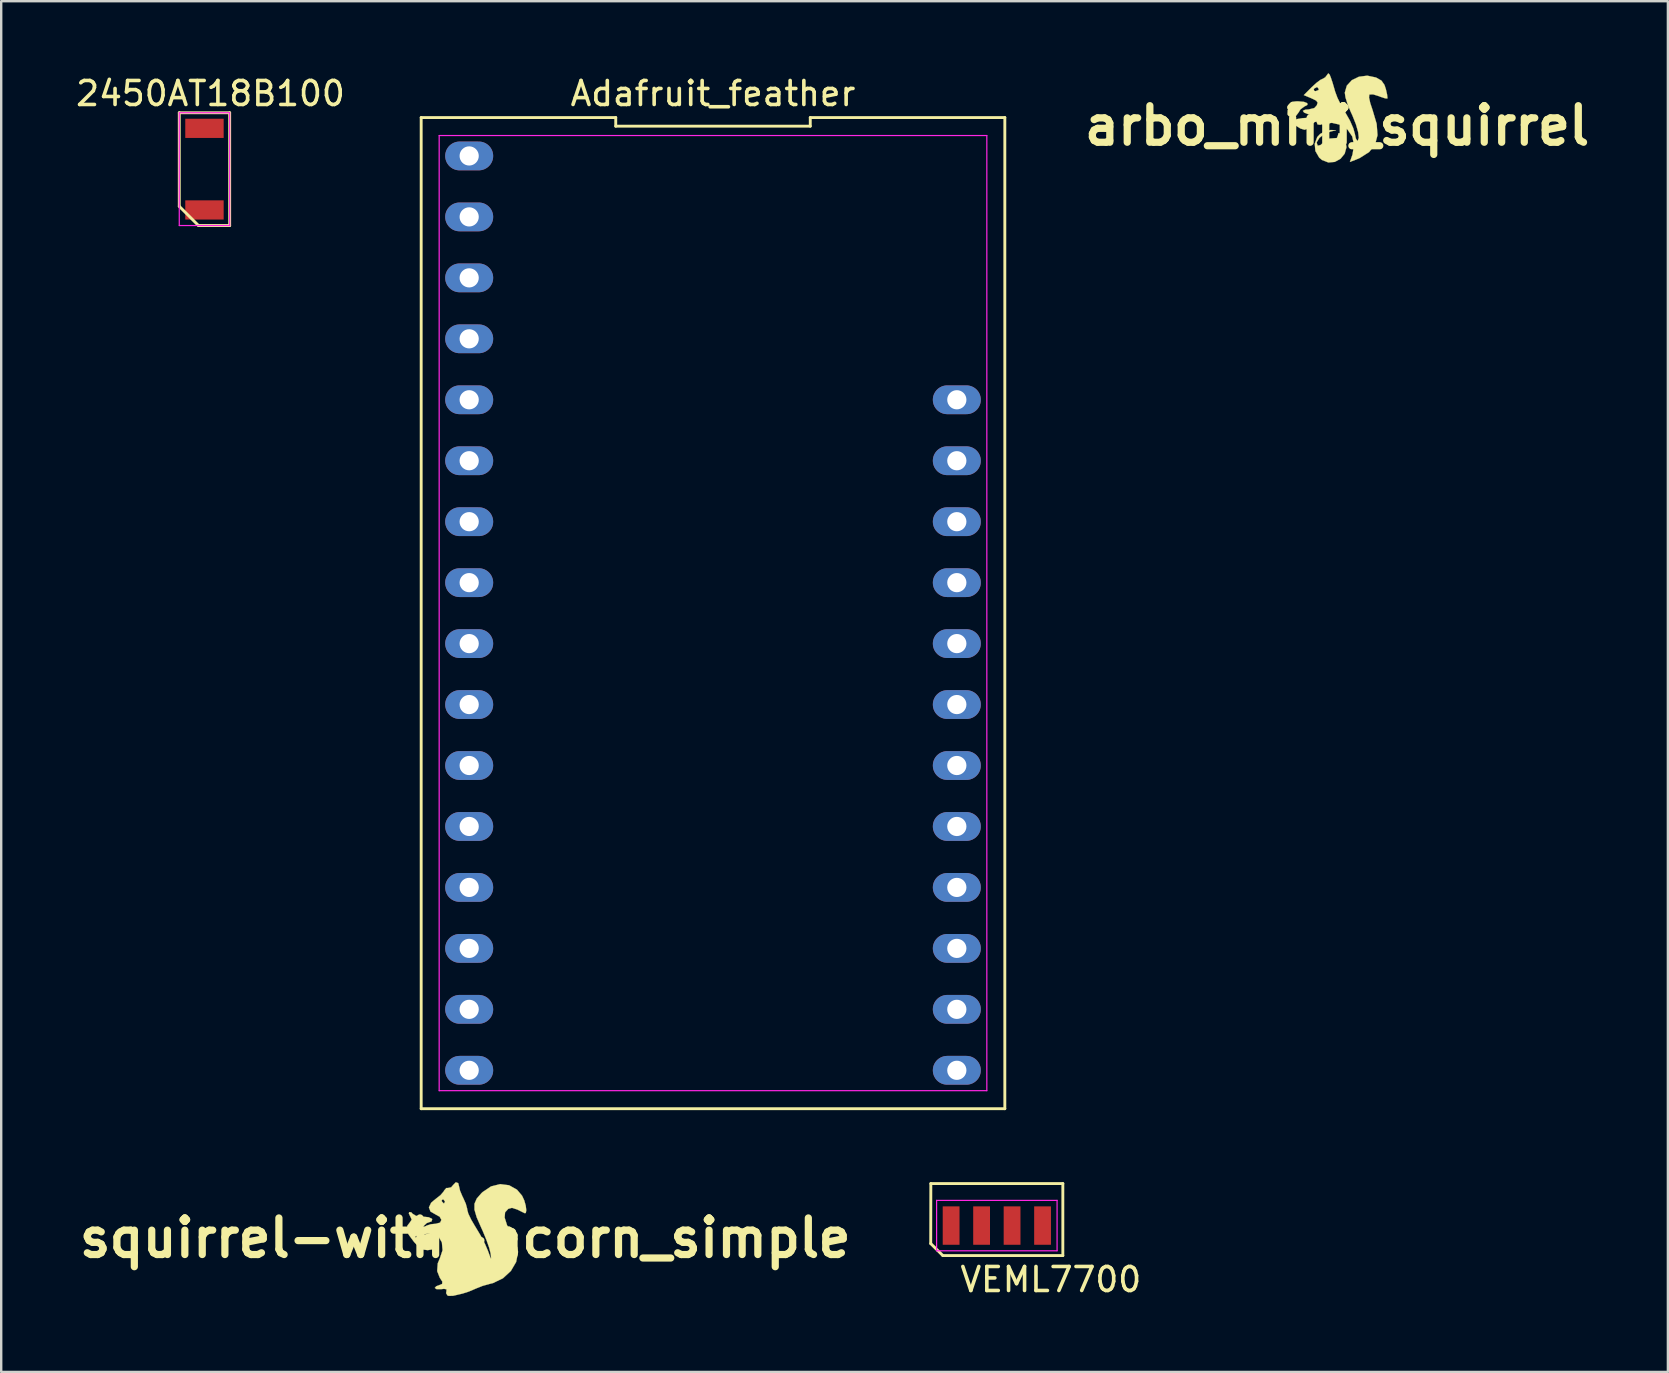
<source format=kicad_pcb>
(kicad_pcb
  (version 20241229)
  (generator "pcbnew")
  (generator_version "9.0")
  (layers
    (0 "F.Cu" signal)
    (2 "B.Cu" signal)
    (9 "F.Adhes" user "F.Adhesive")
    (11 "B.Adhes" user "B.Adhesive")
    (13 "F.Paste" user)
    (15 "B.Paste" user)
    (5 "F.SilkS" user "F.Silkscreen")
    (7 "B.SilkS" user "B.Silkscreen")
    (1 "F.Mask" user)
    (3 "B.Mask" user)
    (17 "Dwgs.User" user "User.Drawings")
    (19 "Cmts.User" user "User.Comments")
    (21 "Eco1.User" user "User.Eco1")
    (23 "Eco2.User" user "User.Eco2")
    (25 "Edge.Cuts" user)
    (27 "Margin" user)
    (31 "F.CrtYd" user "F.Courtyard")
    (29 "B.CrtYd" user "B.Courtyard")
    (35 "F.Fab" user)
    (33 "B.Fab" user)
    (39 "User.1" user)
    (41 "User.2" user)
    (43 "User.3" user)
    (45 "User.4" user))
  (footprint "2450AT18B100"
    (layer "F.Cu")
    (at 5.47 3.998)
    (property "Reference" "2450AT18B100" (at 0.25 -3.15 180) (layer "F.SilkS") (effects (font (size 1 1) (thickness 0.15))))
    (attr smd)
    (fp_line (start -1.05 -2.35) (end 1.05 -2.35) (stroke (width 0.12) (type solid)) (layer "F.SilkS"))
    (fp_line (start -1.05 1.55) (end -1.05 -2.35) (stroke (width 0.12) (type solid)) (layer "F.SilkS"))
    (fp_line (start -0.25 2.35) (end -1.05 1.55) (stroke (width 0.12) (type solid)) (layer "F.SilkS"))
    (fp_line (start 1.05 -2.35) (end 1.05 2.35) (stroke (width 0.12) (type solid)) (layer "F.SilkS"))
    (fp_line (start 1.05 2.35) (end -0.25 2.35) (stroke (width 0.12) (type solid)) (layer "F.SilkS"))
    (fp_line (start -1.05 -2.35) (end 1.05 -2.35) (stroke (width 0.05) (type solid)) (layer "F.CrtYd"))
    (fp_line (start -1.05 2.35) (end -1.05 -2.35) (stroke (width 0.05) (type solid)) (layer "F.CrtYd"))
    (fp_line (start 1.05 -2.35) (end 1.05 2.35) (stroke (width 0.05) (type solid)) (layer "F.CrtYd"))
    (fp_line (start 1.05 2.35) (end -1.05 2.35) (stroke (width 0.05) (type solid)) (layer "F.CrtYd"))
    (pad "1" smd rect (at 0 1.7) (size 1.6 0.8) (layers "F.Cu" "F.Mask" "F.Paste"))
    (pad "2" smd rect (at 0 -1.7) (size 1.6 0.8) (layers "F.Cu" "F.Mask" "F.Paste")))
  (footprint "squirrel-with-acorn_simple"
    (layer "F.Cu")
    (at 16.336 48.535)
    (property "Reference" "squirrel-with-acorn_simple" (at 0 0 0) (layer "F.SilkS") (effects (font (size 1.524 1.524) (thickness 0.3))))
    (attr through_hole)
    (fp_poly (pts (xy -2.25 -1.071) (xy -2.2 -1.014) (xy -2.054 -0.924) (xy -1.785 -0.889) (xy -1.768 -0.889) (xy -1.525 -0.865) (xy -1.388 -0.802) (xy -1.377 -0.783) (xy -1.404 -0.688) (xy -1.447 -0.677) (xy -1.605 -0.62) (xy -1.747 -0.487) (xy -1.814 -0.341) (xy -1.808 -0.296) (xy -1.843 -0.186) (xy -1.948 -0.127) (xy -2.073 -0.067) (xy -2.089 -0.028) (xy -1.994 -0.034) (xy -1.819 -0.105) (xy -1.807 -0.111) (xy -1.542 -0.185) (xy -1.317 -0.145) (xy -1.169 -0.015) (xy -1.131 0.181) (xy -1.182 0.332) (xy -1.326 0.469) (xy -1.564 0.508) (xy -1.758 0.483) (xy -1.926 0.384) (xy -2.121 0.179) (xy -2.153 0.139) (xy -2.36 -0.142) (xy -2.442 -0.35) (xy -2.409 -0.519) (xy -2.32 -0.631) (xy -2.232 -0.762) (xy -2.283 -0.885) (xy -2.29 -0.893) (xy -2.351 -1.023) (xy -2.336 -1.079) (xy -2.25 -1.071)) (stroke (width 0.01) (type solid)) (fill yes) (layer "F.SilkS"))
    (fp_poly (pts (xy -0.292 -2.285) (xy -0.254 -2.132) (xy -0.216 -1.968) (xy -0.12 -1.74) (xy -0.085 -1.671) (xy 0.024 -1.426) (xy 0.082 -1.211) (xy 0.085 -1.17) (xy 0.129 -1.012) (xy 0.247 -0.765) (xy 0.414 -0.48) (xy 0.437 -0.444) (xy 0.64 -0.106) (xy 0.825 0.252) (xy 0.946 0.535) (xy 1.034 0.777) (xy 1.075 0.867) (xy 1.078 0.814) (xy 1.055 0.635) (xy 0.997 0.406) (xy 0.883 0.082) (xy 0.733 -0.282) (xy 0.662 -0.438) (xy 0.477 -0.861) (xy 0.384 -1.179) (xy 0.385 -1.427) (xy 0.479 -1.642) (xy 0.67 -1.862) (xy 0.721 -1.911) (xy 1.075 -2.149) (xy 1.455 -2.244) (xy 1.827 -2.197) (xy 2.156 -2.013) (xy 2.368 -1.762) (xy 2.46 -1.565) (xy 2.521 -1.347) (xy 2.544 -1.156) (xy 2.523 -1.041) (xy 2.477 -1.033) (xy 2.362 -1.09) (xy 2.174 -1.183) (xy 2.174 -1.183) (xy 1.949 -1.256) (xy 1.793 -1.214) (xy 1.66 -1.068) (xy 1.642 -0.851) (xy 1.738 -0.546) (xy 1.899 -0.227) (xy 2.057 0.093) (xy 2.165 0.388) (xy 2.201 0.583) (xy 2.122 0.998) (xy 1.902 1.374) (xy 1.572 1.679) (xy 1.161 1.878) (xy 1.006 1.917) (xy 0.727 1.995) (xy 0.439 2.109) (xy 0.423 2.117) (xy 0.152 2.232) (xy -0.108 2.316) (xy -0.127 2.32) (xy -0.352 2.373) (xy -0.508 2.409) (xy -0.687 2.413) (xy -0.736 2.4) (xy -0.798 2.301) (xy -0.786 2.227) (xy -0.781 2.139) (xy -0.886 2.119) (xy -1.002 2.133) (xy -1.195 2.133) (xy -1.269 2.081) (xy -1.206 2.01) (xy -1.101 1.972) (xy -0.963 1.914) (xy -0.955 1.819) (xy -1.061 1.656) (xy -1.17 1.381) (xy -1.146 1.057) (xy -1.058 0.847) (xy -0.945 0.509) (xy -0.974 0.183) (xy -1.133 -0.09) (xy -1.409 -0.27) (xy -1.41 -0.27) (xy -1.597 -0.353) (xy -1.691 -0.423) (xy -1.693 -0.431) (xy -1.618 -0.513) (xy -1.432 -0.573) (xy -1.227 -0.593) (xy -1.047 -0.641) (xy -0.994 -0.755) (xy -1.066 -0.886) (xy -1.226 -0.974) (xy -1.448 -1.102) (xy -1.514 -1.273) (xy -1.422 -1.467) (xy -1.315 -1.557) (xy -0.987 -1.557) (xy -0.974 -1.524) (xy -0.898 -1.443) (xy -0.884 -1.439) (xy -0.848 -1.505) (xy -0.847 -1.524) (xy -0.912 -1.605) (xy -0.936 -1.609) (xy -0.987 -1.557) (xy -1.315 -1.557) (xy -1.233 -1.626) (xy -1.032 -1.784) (xy -0.899 -1.938) (xy -0.882 -1.975) (xy -0.789 -2.083) (xy -0.713 -2.084) (xy -0.586 -2.112) (xy -0.505 -2.207) (xy -0.392 -2.322) (xy -0.292 -2.285)) (stroke (width 0.01) (type solid)) (fill yes) (layer "F.SilkS")))
  (footprint "Adafruit_feather"
    (layer "F.Cu")
    (at 26.66 22.748)
    (property "Reference" "Adafruit_feather" (at 0 -21.9 0) (layer "F.SilkS") (effects (font (size 1 1) (thickness 0.15))))
    (attr through_hole)
    (fp_line (start -12.16 20.4) (end 12.16 20.4) (stroke (width 0.12) (type solid)) (layer "F.SilkS"))
    (fp_line (start -12.16 -20.9) (end -12.16 20.4) (stroke (width 0.12) (type solid)) (layer "F.SilkS"))
    (fp_line (start -4.053 -20.9) (end -12.16 -20.9) (stroke (width 0.12) (type solid)) (layer "F.SilkS"))
    (fp_line (start -4.053 -20.54) (end -4.053 -20.9) (stroke (width 0.12) (type solid)) (layer "F.SilkS"))
    (fp_line (start 4.053 -20.9) (end 4.053 -20.54) (stroke (width 0.12) (type solid)) (layer "F.SilkS"))
    (fp_line (start 4.053 -20.54) (end -4.053 -20.54) (stroke (width 0.12) (type solid)) (layer "F.SilkS"))
    (fp_line (start 12.16 20.4) (end 12.16 -20.9) (stroke (width 0.12) (type solid)) (layer "F.SilkS"))
    (fp_line (start 12.16 -20.9) (end 4.053 -20.9) (stroke (width 0.12) (type solid)) (layer "F.SilkS"))
    (fp_line (start -11.41 -20.15) (end 11.41 -20.15) (stroke (width 0.05) (type solid)) (layer "F.CrtYd"))
    (fp_line (start -11.41 19.65) (end -11.41 -20.15) (stroke (width 0.05) (type solid)) (layer "F.CrtYd"))
    (fp_line (start 11.41 -20.15) (end 11.41 19.65) (stroke (width 0.05) (type solid)) (layer "F.CrtYd"))
    (fp_line (start 11.41 19.65) (end -11.41 19.65) (stroke (width 0.05) (type solid)) (layer "F.CrtYd"))
    (pad "1" thru_hole oval (at -10.16 -19.3 270) (size 1.2 2) (drill 0.8) (layers "*.Cu" "*.Mask"))
    (pad "2" thru_hole oval (at -10.16 -16.76 270) (size 1.2 2) (drill 0.8) (layers "*.Cu" "*.Mask"))
    (pad "3" thru_hole oval (at -10.16 -14.22 270) (size 1.2 2) (drill 0.8) (layers "*.Cu" "*.Mask"))
    (pad "4" thru_hole oval (at -10.16 -11.68 270) (size 1.2 2) (drill 0.8) (layers "*.Cu" "*.Mask"))
    (pad "5" thru_hole oval (at -10.16 -9.14 270) (size 1.2 2) (drill 0.8) (layers "*.Cu" "*.Mask"))
    (pad "6" thru_hole oval (at -10.16 -6.6 270) (size 1.2 2) (drill 0.8) (layers "*.Cu" "*.Mask"))
    (pad "7" thru_hole oval (at -10.16 -4.06 270) (size 1.2 2) (drill 0.8) (layers "*.Cu" "*.Mask"))
    (pad "8" thru_hole oval (at -10.16 -1.52 270) (size 1.2 2) (drill 0.8) (layers "*.Cu" "*.Mask"))
    (pad "9" thru_hole oval (at -10.16 1.02 270) (size 1.2 2) (drill 0.8) (layers "*.Cu" "*.Mask"))
    (pad "10" thru_hole oval (at -10.16 3.56 270) (size 1.2 2) (drill 0.8) (layers "*.Cu" "*.Mask"))
    (pad "11" thru_hole oval (at -10.16 6.1 270) (size 1.2 2) (drill 0.8) (layers "*.Cu" "*.Mask"))
    (pad "12" thru_hole oval (at -10.16 8.64 270) (size 1.2 2) (drill 0.8) (layers "*.Cu" "*.Mask"))
    (pad "13" thru_hole oval (at -10.16 11.18 270) (size 1.2 2) (drill 0.8) (layers "*.Cu" "*.Mask"))
    (pad "14" thru_hole oval (at -10.16 13.72 270) (size 1.2 2) (drill 0.8) (layers "*.Cu" "*.Mask"))
    (pad "15" thru_hole oval (at -10.16 16.26 270) (size 1.2 2) (drill 0.8) (layers "*.Cu" "*.Mask"))
    (pad "16" thru_hole oval (at -10.16 18.8 270) (size 1.2 2) (drill 0.8) (layers "*.Cu" "*.Mask"))
    (pad "17" thru_hole oval (at 10.16 18.8 270) (size 1.2 2) (drill 0.8) (layers "*.Cu" "*.Mask"))
    (pad "18" thru_hole oval (at 10.16 16.26 270) (size 1.2 2) (drill 0.8) (layers "*.Cu" "*.Mask"))
    (pad "19" thru_hole oval (at 10.16 13.72 270) (size 1.2 2) (drill 0.8) (layers "*.Cu" "*.Mask"))
    (pad "20" thru_hole oval (at 10.16 11.18 270) (size 1.2 2) (drill 0.8) (layers "*.Cu" "*.Mask"))
    (pad "21" thru_hole oval (at 10.16 8.64 270) (size 1.2 2) (drill 0.8) (layers "*.Cu" "*.Mask"))
    (pad "22" thru_hole oval (at 10.16 6.1 270) (size 1.2 2) (drill 0.8) (layers "*.Cu" "*.Mask"))
    (pad "23" thru_hole oval (at 10.16 3.56 270) (size 1.2 2) (drill 0.8) (layers "*.Cu" "*.Mask"))
    (pad "24" thru_hole oval (at 10.16 1.02 270) (size 1.2 2) (drill 0.8) (layers "*.Cu" "*.Mask"))
    (pad "25" thru_hole oval (at 10.16 -1.52 270) (size 1.2 2) (drill 0.8) (layers "*.Cu" "*.Mask"))
    (pad "26" thru_hole oval (at 10.16 -4.06 270) (size 1.2 2) (drill 0.8) (layers "*.Cu" "*.Mask"))
    (pad "27" thru_hole oval (at 10.16 -6.6 270) (size 1.2 2) (drill 0.8) (layers "*.Cu" "*.Mask"))
    (pad "28" thru_hole oval (at 10.16 -9.14 270) (size 1.2 2) (drill 0.8) (layers "*.Cu" "*.Mask")))
  (footprint "VEML7700"
    (layer "F.Cu")
    (at 38.487 48.018)
    (property "Reference" "VEML7700" (at 2.25 2.25 0) (layer "F.SilkS") (effects (font (size 1 1) (thickness 0.15))))
    (attr smd)
    (fp_line (start -2.755 0.75) (end -2.75 -1.75) (stroke (width 0.12) (type solid)) (layer "F.SilkS"))
    (fp_line (start -2.75 -1.75) (end 2.75 -1.75) (stroke (width 0.12) (type solid)) (layer "F.SilkS"))
    (fp_line (start -2.25 1.25) (end -2.755 0.75) (stroke (width 0.12) (type solid)) (layer "F.SilkS"))
    (fp_line (start 2.75 -1.75) (end 2.75 1.25) (stroke (width 0.12) (type solid)) (layer "F.SilkS"))
    (fp_line (start 2.75 1.25) (end -2.25 1.25) (stroke (width 0.12) (type solid)) (layer "F.SilkS"))
    (fp_line (start -2.51 -1.05) (end 2.51 -1.05) (stroke (width 0.05) (type solid)) (layer "F.CrtYd"))
    (fp_line (start -2.51 1.05) (end -2.51 -1.05) (stroke (width 0.05) (type solid)) (layer "F.CrtYd"))
    (fp_line (start 2.51 -1.05) (end 2.51 1.05) (stroke (width 0.05) (type solid)) (layer "F.CrtYd"))
    (fp_line (start 2.51 1.05) (end -2.51 1.05) (stroke (width 0.05) (type solid)) (layer "F.CrtYd"))
    (pad "1" smd rect (at -1.905 0) (size 0.7 1.6) (layers "F.Cu" "F.Mask" "F.Paste"))
    (pad "2" smd rect (at -0.635 0) (size 0.7 1.6) (layers "F.Cu" "F.Mask" "F.Paste"))
    (pad "3" smd rect (at 0.635 0) (size 0.7 1.6) (layers "F.Cu" "F.Mask" "F.Paste"))
    (pad "4" smd rect (at 1.905 0) (size 0.7 1.6) (layers "F.Cu" "F.Mask" "F.Paste")))
  (footprint "arbo_mini_squirrel"
    (layer "F.Cu")
    (at 52.665 2.188)
    (property "Reference" "arbo_mini_squirrel" (at 0 0 0) (layer "F.SilkS") (effects (font (size 1.524 1.524) (thickness 0.3))))
    (attr through_hole)
    (fp_poly (pts (xy -1.089 -0.284) (xy -1.05 -0.222) (xy -1.057 -0.039) (xy -1.181 0.112) (xy -1.356 0.169) (xy -1.527 0.118) (xy -1.705 0.007) (xy -1.835 -0.124) (xy -1.827 -0.214) (xy -1.67 -0.277) (xy -1.448 -0.314) (xy -1.211 -0.329) (xy -1.089 -0.284)) (stroke (width 0.01) (type solid)) (fill yes) (layer "F.SilkS"))
    (fp_poly (pts (xy -1.381 -0.994) (xy -1.243 -0.94) (xy -1.234 -0.869) (xy -1.358 -0.803) (xy -1.523 -0.685) (xy -1.611 -0.543) (xy -1.731 -0.387) (xy -1.892 -0.342) (xy -2.032 -0.415) (xy -2.067 -0.478) (xy -2.058 -0.646) (xy -1.992 -0.76) (xy -1.912 -0.892) (xy -1.919 -0.959) (xy -1.881 -0.994) (xy -1.718 -1.014) (xy -1.628 -1.016) (xy -1.381 -0.994)) (stroke (width 0.01) (type solid)) (fill yes) (layer "F.SilkS"))
    (fp_poly (pts (xy -0.042 0.189) (xy -0.274 0.243) (xy -0.53 0.346) (xy -0.737 0.507) (xy -0.842 0.68) (xy -0.847 0.719) (xy -0.806 0.834) (xy -0.69 0.805) (xy -0.547 0.673) (xy -0.325 0.537) (xy -0.174 0.525) (xy -0.01 0.513) (xy 0.032 0.412) (xy 0.032 0.409) (xy 0.06 0.306) (xy 0.147 0.323) (xy 0.257 0.439) (xy 0.336 0.586) (xy 0.391 0.894) (xy 0.316 1.166) (xy 0.143 1.378) (xy -0.094 1.508) (xy -0.363 1.532) (xy -0.63 1.429) (xy -0.747 1.328) (xy -0.905 1.055) (xy -0.932 0.752) (xy -0.828 0.474) (xy -0.708 0.345) (xy -0.485 0.223) (xy -0.264 0.179) (xy -0.042 0.189)) (stroke (width 0.01) (type solid)) (fill yes) (layer "F.SilkS"))
    (fp_poly (pts (xy -0.313 -2.134) (xy -0.266 -2.021) (xy -0.19 -1.796) (xy -0.106 -1.51) (xy -0.084 -1.429) (xy 0.014 -1.165) (xy 0.175 -0.837) (xy 0.353 -0.533) (xy 0.538 -0.207) (xy 0.677 0.111) (xy 0.738 0.333) (xy 0.783 0.533) (xy 0.84 0.628) (xy 0.86 0.627) (xy 0.905 0.506) (xy 0.878 0.268) (xy 0.786 -0.055) (xy 0.637 -0.43) (xy 0.57 -0.574) (xy 0.439 -0.887) (xy 0.349 -1.181) (xy 0.321 -1.378) (xy 0.405 -1.67) (xy 0.614 -1.897) (xy 0.911 -2.041) (xy 1.257 -2.085) (xy 1.616 -2.01) (xy 1.632 -2.003) (xy 1.849 -1.88) (xy 1.974 -1.701) (xy 2.033 -1.522) (xy 2.083 -1.299) (xy 2.099 -1.155) (xy 2.093 -1.133) (xy 2.001 -1.141) (xy 1.813 -1.202) (xy 1.738 -1.232) (xy 1.507 -1.304) (xy 1.358 -1.302) (xy 1.342 -1.291) (xy 1.331 -1.175) (xy 1.382 -0.942) (xy 1.48 -0.648) (xy 1.649 -0.077) (xy 1.684 0.396) (xy 1.582 0.783) (xy 1.338 1.095) (xy 0.948 1.344) (xy 0.745 1.43) (xy 0.533 1.51) (xy 0.642 1.2) (xy 0.707 0.8) (xy 0.63 0.446) (xy 0.433 0.16) (xy 0.144 -0.036) (xy -0.215 -0.119) (xy -0.619 -0.066) (xy -0.705 -0.036) (xy -0.816 -0.054) (xy -0.861 -0.184) (xy -0.952 -0.358) (xy -1.164 -0.462) (xy -1.374 -0.547) (xy -1.428 -0.621) (xy -1.324 -0.669) (xy -1.188 -0.677) (xy -0.946 -0.738) (xy -0.848 -0.845) (xy -0.81 -0.961) (xy -0.872 -1.046) (xy -1.065 -1.14) (xy -1.073 -1.144) (xy -1.387 -1.275) (xy -1.138 -1.524) (xy -0.974 -1.524) (xy -0.954 -1.452) (xy -0.894 -1.439) (xy -0.778 -1.484) (xy -0.762 -1.524) (xy -0.823 -1.606) (xy -0.842 -1.609) (xy -0.956 -1.547) (xy -0.974 -1.524) (xy -1.138 -1.524) (xy -1.054 -1.608) (xy -0.852 -1.793) (xy -0.687 -1.915) (xy -0.618 -1.945) (xy -0.497 -2.013) (xy -0.433 -2.095) (xy -0.368 -2.183) (xy -0.313 -2.134)) (stroke (width 0.01) (type solid)) (fill yes) (layer "F.SilkS")))
  (gr_rect
    (start -3 -3)
    (end 66.449 54.117)
    (stroke (width 0.1) (type default))
    (fill no)
    (layer "Edge.Cuts")))
</source>
